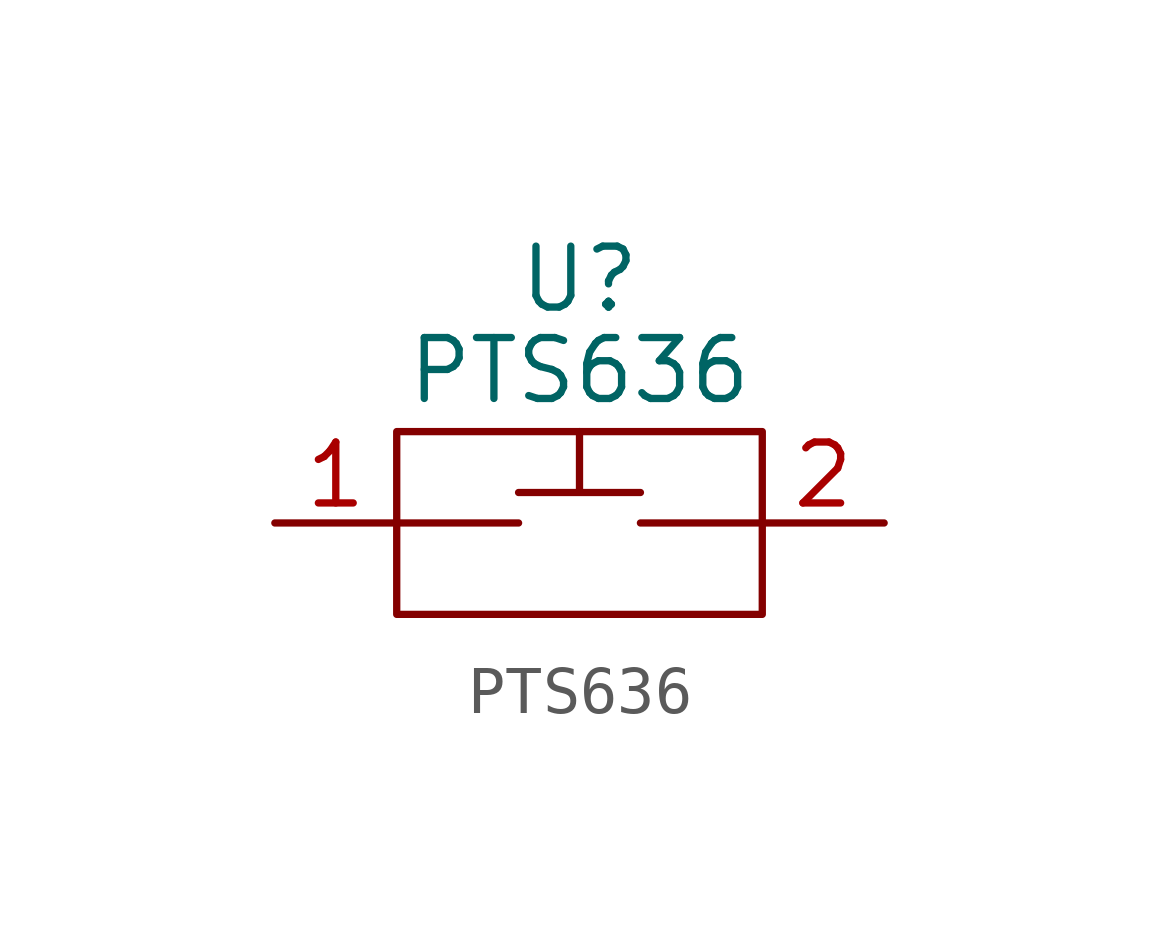
<source format=kicad_sym>
(kicad_symbol_lib
  (version 20220914)
  (generator kicad_symbol_editor)
  (symbol "PTS636"
    (property "Reference" "U"
      (at 0 5.08 0)
      (effects (font (size 1.27 1.27))))
    (property "Value" "PTS636"
      (at 0 3.175 0)
      (effects (font (size 1.27 1.27))))
    (symbol "PTS636_0_1"
      (polyline (pts (xy -3.81 0) (xy -1.27 0)) (stroke (width 0) (type default)) (fill (type none)))
      (polyline (pts (xy 3.81 0) (xy 1.27 0)) (stroke (width 0) (type default)) (fill (type none)))
      (polyline (pts (xy -1.27 0.635) (xy 1.27 0.635) (xy 0 0.635) (xy 0 1.905)) (stroke (width 0) (type default)) (fill (type none)))
      (polyline (pts (xy -3.81 -1.905) (xy -3.81 1.905) (xy 3.81 1.905) (xy 3.81 -1.905) (xy -3.81 -1.905)) (stroke (width 0) (type default)) (fill (type none))))
    (symbol "PTS636_1_1"
      (pin input line (at -6.35 0 0) (length 2.54) (name "" (effects (font (size 1.27 1.27)))) (number "1" (effects (font (size 1.27 1.27)))))
      (pin input line (at 6.35 0 180) (length 2.54) (name "" (effects (font (size 1.27 1.27)))) (number "2" (effects (font (size 1.27 1.27))))))))
</source>
